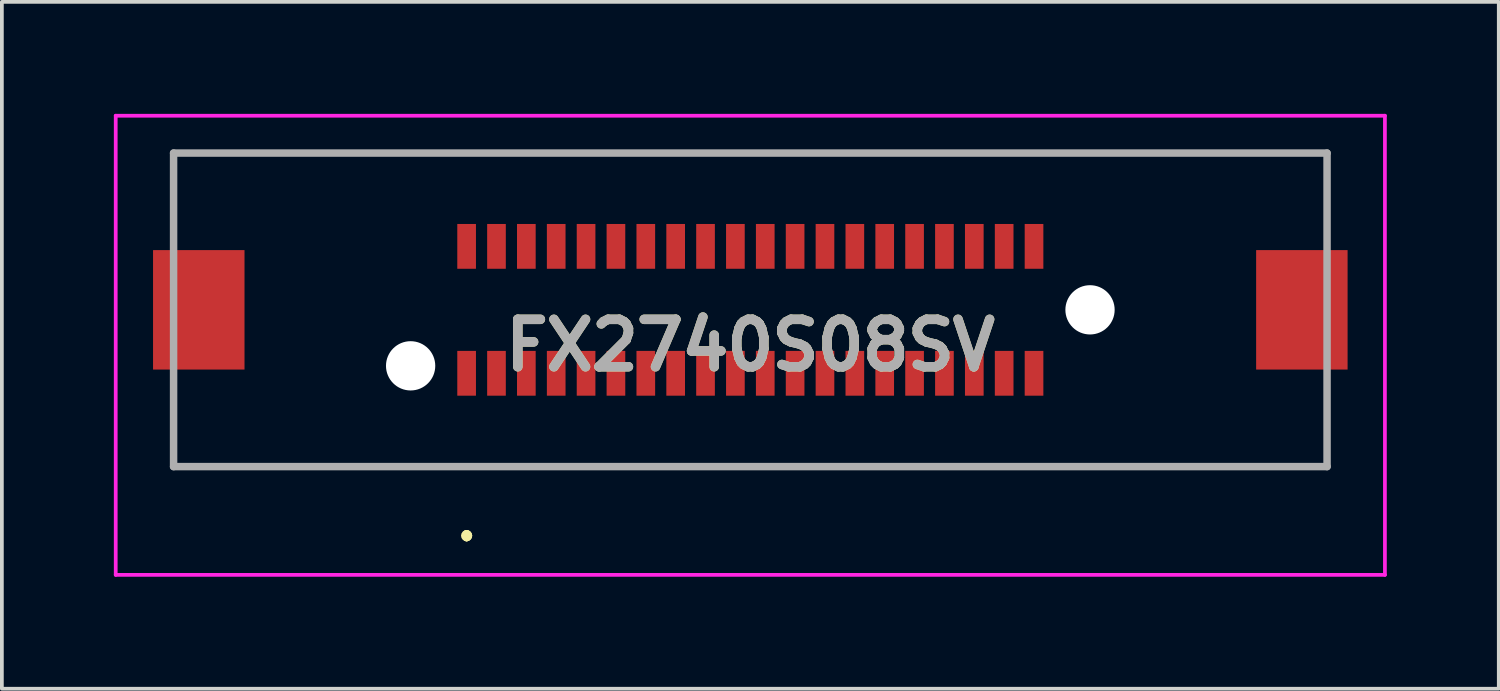
<source format=kicad_pcb>
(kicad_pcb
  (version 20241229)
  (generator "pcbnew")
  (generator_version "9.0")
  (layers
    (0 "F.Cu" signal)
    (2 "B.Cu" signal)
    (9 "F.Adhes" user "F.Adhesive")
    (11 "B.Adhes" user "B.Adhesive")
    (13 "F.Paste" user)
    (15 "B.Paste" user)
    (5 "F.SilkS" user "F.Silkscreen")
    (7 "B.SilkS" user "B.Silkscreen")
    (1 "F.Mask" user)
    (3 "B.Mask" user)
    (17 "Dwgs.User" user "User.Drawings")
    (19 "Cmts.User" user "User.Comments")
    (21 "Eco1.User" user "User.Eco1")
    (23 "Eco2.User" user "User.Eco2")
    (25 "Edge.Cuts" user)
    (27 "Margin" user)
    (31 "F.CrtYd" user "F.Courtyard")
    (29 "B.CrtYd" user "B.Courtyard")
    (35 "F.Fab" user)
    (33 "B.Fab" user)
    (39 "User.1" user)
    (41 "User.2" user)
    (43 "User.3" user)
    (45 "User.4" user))
  (footprint "FX2740S08SV"
    (layer "F.Cu")
    (at 17.05 5.25)
    (property "Reference" "FX2740S08SV" (at 0 0.95 0) (layer "F.SilkS") (effects (font (size 1.27 1.27) (thickness 0.254))))
    (attr through_hole)
    (fp_line (start -15.45 -4.2) (end -15.45 -4.2) (stroke (width 0.1) (type solid)) (layer "F.SilkS"))
    (fp_line (start -15.45 -4.2) (end -15.45 -4.2) (stroke (width 0.1) (type solid)) (layer "F.SilkS"))
    (fp_line (start -15.45 -4.2) (end -15.45 -2.25) (stroke (width 0.1) (type solid)) (layer "F.SilkS"))
    (fp_line (start -15.45 -4.2) (end 15.45 -4.2) (stroke (width 0.1) (type solid)) (layer "F.SilkS"))
    (fp_line (start -15.45 -2.25) (end -15.45 -4.2) (stroke (width 0.1) (type solid)) (layer "F.SilkS"))
    (fp_line (start -15.45 -2.25) (end -15.45 -2.25) (stroke (width 0.1) (type solid)) (layer "F.SilkS"))
    (fp_line (start -15.45 2.25) (end -15.45 2.25) (stroke (width 0.1) (type solid)) (layer "F.SilkS"))
    (fp_line (start -15.45 2.25) (end -15.45 4.2) (stroke (width 0.1) (type solid)) (layer "F.SilkS"))
    (fp_line (start -15.45 4.2) (end -15.45 2.25) (stroke (width 0.1) (type solid)) (layer "F.SilkS"))
    (fp_line (start -15.45 4.2) (end -15.45 4.2) (stroke (width 0.1) (type solid)) (layer "F.SilkS"))
    (fp_line (start -15.45 4.2) (end -15.45 4.2) (stroke (width 0.1) (type solid)) (layer "F.SilkS"))
    (fp_line (start -15.45 4.2) (end 15.45 4.2) (stroke (width 0.1) (type solid)) (layer "F.SilkS"))
    (fp_line (start -7.6 6) (end -7.6 6) (stroke (width 0.2) (type solid)) (layer "F.SilkS"))
    (fp_line (start -7.6 6.1) (end -7.6 6.1) (stroke (width 0.2) (type solid)) (layer "F.SilkS"))
    (fp_line (start -7.6 6.1) (end -7.6 6.1) (stroke (width 0.2) (type solid)) (layer "F.SilkS"))
    (fp_line (start 15.45 -4.2) (end -15.45 -4.2) (stroke (width 0.1) (type solid)) (layer "F.SilkS"))
    (fp_line (start 15.45 -4.2) (end 15.45 -4.2) (stroke (width 0.1) (type solid)) (layer "F.SilkS"))
    (fp_line (start 15.45 -4.2) (end 15.45 -4.2) (stroke (width 0.1) (type solid)) (layer "F.SilkS"))
    (fp_line (start 15.45 -4.2) (end 15.45 -2.25) (stroke (width 0.1) (type solid)) (layer "F.SilkS"))
    (fp_line (start 15.45 -2.25) (end 15.45 -4.2) (stroke (width 0.1) (type solid)) (layer "F.SilkS"))
    (fp_line (start 15.45 -2.25) (end 15.45 -2.25) (stroke (width 0.1) (type solid)) (layer "F.SilkS"))
    (fp_line (start 15.45 2.25) (end 15.45 2.25) (stroke (width 0.1) (type solid)) (layer "F.SilkS"))
    (fp_line (start 15.45 2.25) (end 15.45 4.2) (stroke (width 0.1) (type solid)) (layer "F.SilkS"))
    (fp_line (start 15.45 4.2) (end -15.45 4.2) (stroke (width 0.1) (type solid)) (layer "F.SilkS"))
    (fp_line (start 15.45 4.2) (end 15.45 2.25) (stroke (width 0.1) (type solid)) (layer "F.SilkS"))
    (fp_line (start 15.45 4.2) (end 15.45 4.2) (stroke (width 0.1) (type solid)) (layer "F.SilkS"))
    (fp_line (start 15.45 4.2) (end 15.45 4.2) (stroke (width 0.1) (type solid)) (layer "F.SilkS"))
    (fp_arc (start -7.6 6) (mid -7.55 6.05) (end -7.6 6.1) (stroke (width 0.2) (type solid)) (layer "F.SilkS"))
    (fp_arc (start -7.6 6) (mid -7.55 6.05) (end -7.6 6.1) (stroke (width 0.2) (type solid)) (layer "F.SilkS"))
    (fp_arc (start -7.6 6.1) (mid -7.65 6.05) (end -7.6 6) (stroke (width 0.2) (type solid)) (layer "F.SilkS"))
    (fp_line (start -17 -5.2) (end 17 -5.2) (stroke (width 0.1) (type solid)) (layer "F.CrtYd"))
    (fp_line (start -17 7.1) (end -17 -5.2) (stroke (width 0.1) (type solid)) (layer "F.CrtYd"))
    (fp_line (start 17 -5.2) (end 17 7.1) (stroke (width 0.1) (type solid)) (layer "F.CrtYd"))
    (fp_line (start 17 7.1) (end -17 7.1) (stroke (width 0.1) (type solid)) (layer "F.CrtYd"))
    (fp_line (start -15.45 -4.2) (end -15.45 4.2) (stroke (width 0.2) (type solid)) (layer "F.Fab"))
    (fp_line (start -15.45 4.2) (end 15.45 4.2) (stroke (width 0.2) (type solid)) (layer "F.Fab"))
    (fp_line (start 15.45 -4.2) (end -15.45 -4.2) (stroke (width 0.2) (type solid)) (layer "F.Fab"))
    (fp_line (start 15.45 4.2) (end 15.45 -4.2) (stroke (width 0.2) (type solid)) (layer "F.Fab"))
    (fp_text user "${REFERENCE}" (at 0 0.95 0) (layer "F.Fab") (effects (font (size 1.27 1.27) (thickness 0.254))))
    (pad "" np_thru_hole circle (at -9.1 1.5) (size 1.32 1.32) (drill 1.32) (layers "*.Cu" "*.Mask"))
    (pad "" np_thru_hole circle (at 9.1 0) (size 1.32 1.32) (drill 1.32) (layers "*.Cu" "*.Mask"))
    (pad "1" smd rect (at -7.6 1.7) (size 0.5 1.2) (layers "F.Cu" "F.Mask" "F.Paste"))
    (pad "2" smd rect (at -6.8 1.7) (size 0.5 1.2) (layers "F.Cu" "F.Mask" "F.Paste"))
    (pad "3" smd rect (at -6 1.7) (size 0.5 1.2) (layers "F.Cu" "F.Mask" "F.Paste"))
    (pad "4" smd rect (at -5.2 1.7) (size 0.5 1.2) (layers "F.Cu" "F.Mask" "F.Paste"))
    (pad "5" smd rect (at -4.4 1.7) (size 0.5 1.2) (layers "F.Cu" "F.Mask" "F.Paste"))
    (pad "6" smd rect (at -3.6 1.7) (size 0.5 1.2) (layers "F.Cu" "F.Mask" "F.Paste"))
    (pad "7" smd rect (at -2.8 1.7) (size 0.5 1.2) (layers "F.Cu" "F.Mask" "F.Paste"))
    (pad "8" smd rect (at -2 1.7) (size 0.5 1.2) (layers "F.Cu" "F.Mask" "F.Paste"))
    (pad "9" smd rect (at -1.2 1.7) (size 0.5 1.2) (layers "F.Cu" "F.Mask" "F.Paste"))
    (pad "10" smd rect (at -0.4 1.7) (size 0.5 1.2) (layers "F.Cu" "F.Mask" "F.Paste"))
    (pad "11" smd rect (at 0.4 1.7) (size 0.5 1.2) (layers "F.Cu" "F.Mask" "F.Paste"))
    (pad "12" smd rect (at 1.2 1.7) (size 0.5 1.2) (layers "F.Cu" "F.Mask" "F.Paste"))
    (pad "13" smd rect (at 2 1.7) (size 0.5 1.2) (layers "F.Cu" "F.Mask" "F.Paste"))
    (pad "14" smd rect (at 2.8 1.7) (size 0.5 1.2) (layers "F.Cu" "F.Mask" "F.Paste"))
    (pad "15" smd rect (at 3.6 1.7) (size 0.5 1.2) (layers "F.Cu" "F.Mask" "F.Paste"))
    (pad "16" smd rect (at 4.4 1.7) (size 0.5 1.2) (layers "F.Cu" "F.Mask" "F.Paste"))
    (pad "17" smd rect (at 5.2 1.7) (size 0.5 1.2) (layers "F.Cu" "F.Mask" "F.Paste"))
    (pad "18" smd rect (at 6 1.7) (size 0.5 1.2) (layers "F.Cu" "F.Mask" "F.Paste"))
    (pad "19" smd rect (at 6.8 1.7) (size 0.5 1.2) (layers "F.Cu" "F.Mask" "F.Paste"))
    (pad "20" smd rect (at 7.6 1.7) (size 0.5 1.2) (layers "F.Cu" "F.Mask" "F.Paste"))
    (pad "21" smd rect (at -7.6 -1.7) (size 0.5 1.2) (layers "F.Cu" "F.Mask" "F.Paste"))
    (pad "22" smd rect (at -6.8 -1.7) (size 0.5 1.2) (layers "F.Cu" "F.Mask" "F.Paste"))
    (pad "23" smd rect (at -6 -1.7) (size 0.5 1.2) (layers "F.Cu" "F.Mask" "F.Paste"))
    (pad "24" smd rect (at -5.2 -1.7) (size 0.5 1.2) (layers "F.Cu" "F.Mask" "F.Paste"))
    (pad "25" smd rect (at -4.4 -1.7) (size 0.5 1.2) (layers "F.Cu" "F.Mask" "F.Paste"))
    (pad "26" smd rect (at -3.6 -1.7) (size 0.5 1.2) (layers "F.Cu" "F.Mask" "F.Paste"))
    (pad "27" smd rect (at -2.8 -1.7) (size 0.5 1.2) (layers "F.Cu" "F.Mask" "F.Paste"))
    (pad "28" smd rect (at -2 -1.7) (size 0.5 1.2) (layers "F.Cu" "F.Mask" "F.Paste"))
    (pad "29" smd rect (at -1.2 -1.7) (size 0.5 1.2) (layers "F.Cu" "F.Mask" "F.Paste"))
    (pad "30" smd rect (at -0.4 -1.7) (size 0.5 1.2) (layers "F.Cu" "F.Mask" "F.Paste"))
    (pad "31" smd rect (at 0.4 -1.7) (size 0.5 1.2) (layers "F.Cu" "F.Mask" "F.Paste"))
    (pad "32" smd rect (at 1.2 -1.7) (size 0.5 1.2) (layers "F.Cu" "F.Mask" "F.Paste"))
    (pad "33" smd rect (at 2 -1.7) (size 0.5 1.2) (layers "F.Cu" "F.Mask" "F.Paste"))
    (pad "34" smd rect (at 2.8 -1.7) (size 0.5 1.2) (layers "F.Cu" "F.Mask" "F.Paste"))
    (pad "35" smd rect (at 3.6 -1.7) (size 0.5 1.2) (layers "F.Cu" "F.Mask" "F.Paste"))
    (pad "36" smd rect (at 4.4 -1.7) (size 0.5 1.2) (layers "F.Cu" "F.Mask" "F.Paste"))
    (pad "37" smd rect (at 5.2 -1.7) (size 0.5 1.2) (layers "F.Cu" "F.Mask" "F.Paste"))
    (pad "38" smd rect (at 6 -1.7) (size 0.5 1.2) (layers "F.Cu" "F.Mask" "F.Paste"))
    (pad "39" smd rect (at 6.8 -1.7) (size 0.5 1.2) (layers "F.Cu" "F.Mask" "F.Paste"))
    (pad "40" smd rect (at 7.6 -1.7) (size 0.5 1.2) (layers "F.Cu" "F.Mask" "F.Paste"))
    (pad "MP1" smd rect (at -14.775 0) (size 2.45 3.2) (layers "F.Cu" "F.Mask" "F.Paste"))
    (pad "MP2" smd rect (at 14.775 0) (size 2.45 3.2) (layers "F.Cu" "F.Mask" "F.Paste")))
  (gr_rect
    (start -3 -3)
    (end 37.1 15.4)
    (stroke (width 0.1) (type default))
    (fill no)
    (layer "Edge.Cuts")))
</source>
